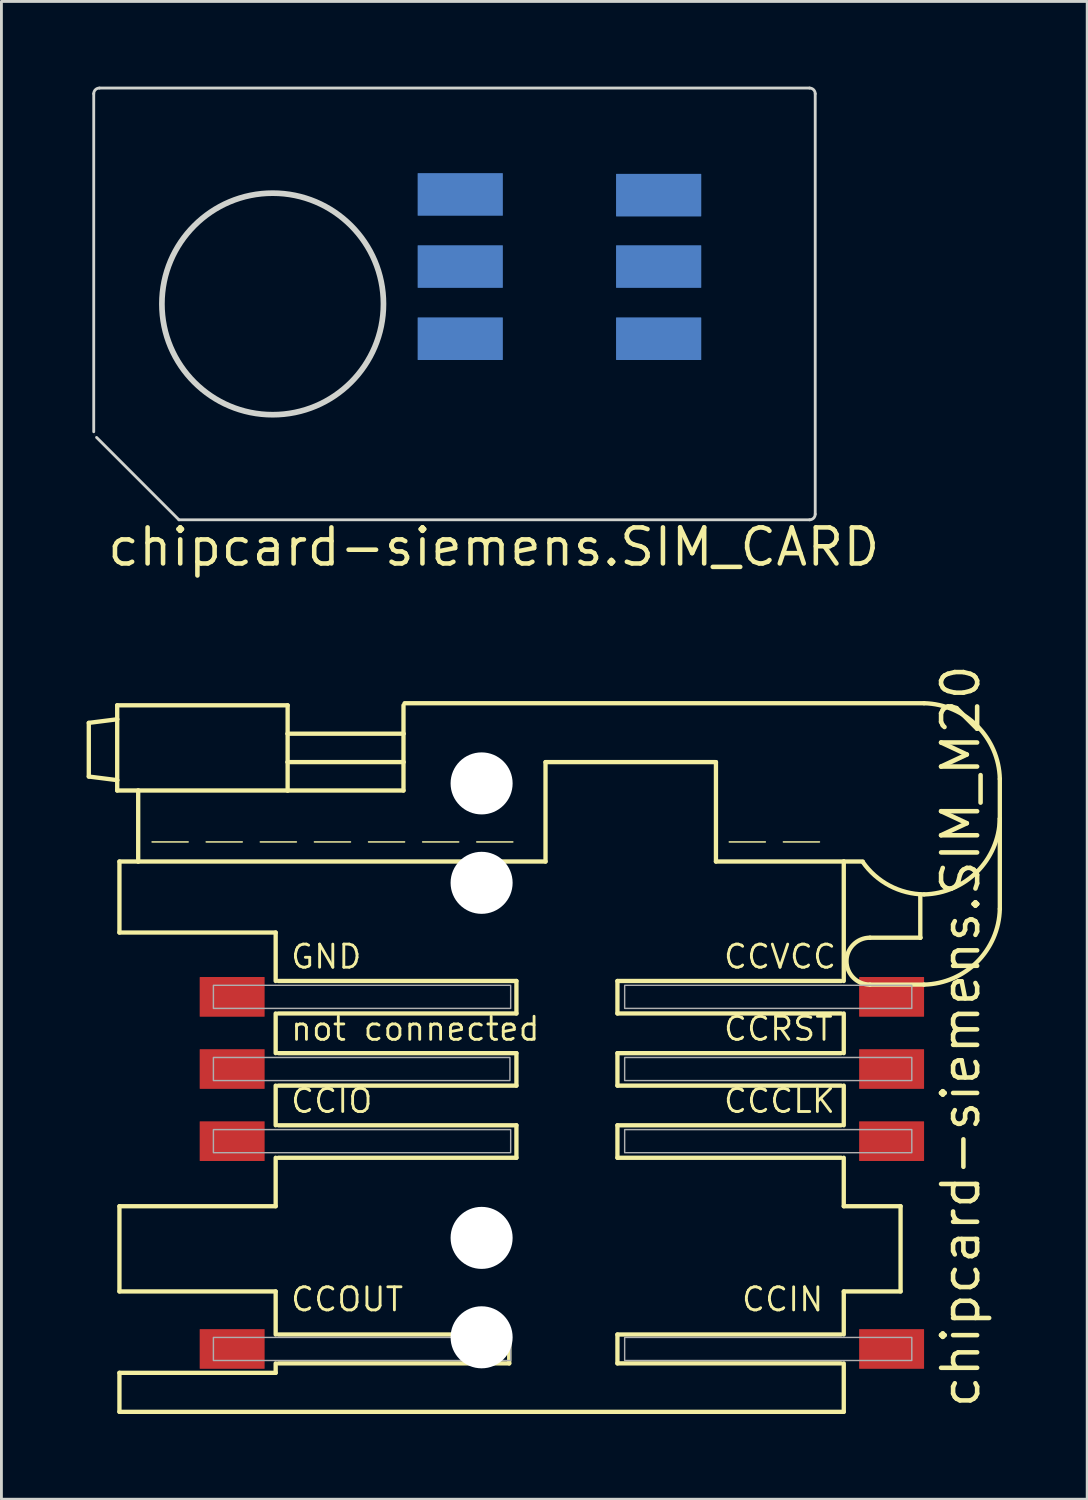
<source format=kicad_pcb>
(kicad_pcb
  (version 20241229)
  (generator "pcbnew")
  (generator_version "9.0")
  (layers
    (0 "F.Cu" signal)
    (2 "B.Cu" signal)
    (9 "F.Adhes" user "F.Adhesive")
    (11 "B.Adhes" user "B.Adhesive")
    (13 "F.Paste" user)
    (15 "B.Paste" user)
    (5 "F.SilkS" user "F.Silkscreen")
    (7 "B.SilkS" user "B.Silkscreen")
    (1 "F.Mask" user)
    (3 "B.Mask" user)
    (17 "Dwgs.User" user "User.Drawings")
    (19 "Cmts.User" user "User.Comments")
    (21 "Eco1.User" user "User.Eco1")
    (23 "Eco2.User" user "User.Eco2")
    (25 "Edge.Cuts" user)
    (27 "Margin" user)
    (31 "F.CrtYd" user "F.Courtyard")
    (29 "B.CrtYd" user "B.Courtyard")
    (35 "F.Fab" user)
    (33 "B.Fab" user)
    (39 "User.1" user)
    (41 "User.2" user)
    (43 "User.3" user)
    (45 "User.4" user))
  (footprint "chipcard-siemens.SIM_M20"
    (layer "F.Cu")
    (at 16.909 34.28)
    (property "Reference" "chipcard-siemens.SIM_M20" (at 14.605 12.319 90) (layer "F.SilkS") (effects (font (size 1.27 1.27) (thickness 0.16)) (justify left bottom)))
    (attr smd)
    (fp_line (start -16.833 -11.881) (end -16.833 -9.992) (stroke (width 0.152) (type default)) (layer "F.SilkS"))
    (fp_line (start -16.833 -9.992) (end -15.833 -9.865) (stroke (width 0.152) (type default)) (layer "F.SilkS"))
    (fp_line (start -15.833 -12.5) (end -15.833 -12.008) (stroke (width 0.152) (type default)) (layer "F.SilkS"))
    (fp_line (start -15.833 -12.008) (end -16.833 -11.881) (stroke (width 0.152) (type default)) (layer "F.SilkS"))
    (fp_line (start -15.833 -12.008) (end -15.833 -9.865) (stroke (width 0.152) (type default)) (layer "F.SilkS"))
    (fp_line (start -15.833 -9.865) (end -15.833 -9.5) (stroke (width 0.152) (type default)) (layer "F.SilkS"))
    (fp_line (start -15.833 -9.5) (end -15.094 -9.5) (stroke (width 0.152) (type default)) (layer "F.SilkS"))
    (fp_line (start -15.754 -7) (end -15.754 -4.5) (stroke (width 0.152) (type default)) (layer "F.SilkS"))
    (fp_line (start -15.754 -7) (end -15.094 -7) (stroke (width 0.152) (type default)) (layer "F.SilkS"))
    (fp_line (start -15.754 5.135) (end -15.754 8.135) (stroke (width 0.152) (type default)) (layer "F.SilkS"))
    (fp_line (start -15.754 11) (end -15.754 12.373) (stroke (width 0.152) (type default)) (layer "F.SilkS"))
    (fp_line (start -15.094 -9.5) (end -15.094 -7) (stroke (width 0.152) (type default)) (layer "F.SilkS"))
    (fp_line (start -15.094 -9.5) (end -9.833 -9.5) (stroke (width 0.152) (type default)) (layer "F.SilkS"))
    (fp_line (start -15.094 -7) (end -0.754 -7) (stroke (width 0.152) (type default)) (layer "F.SilkS"))
    (fp_line (start -14.605 -7.69) (end -13.335 -7.69) (stroke (width 0.051) (type default)) (layer "F.SilkS"))
    (fp_line (start -12.7 -7.69) (end -11.43 -7.69) (stroke (width 0.051) (type default)) (layer "F.SilkS"))
    (fp_line (start -10.795 -7.69) (end -9.525 -7.69) (stroke (width 0.051) (type default)) (layer "F.SilkS"))
    (fp_line (start -10.254 -4.5) (end -15.754 -4.5) (stroke (width 0.152) (type default)) (layer "F.SilkS"))
    (fp_line (start -10.254 -4.5) (end -10.254 -2.794) (stroke (width 0.152) (type default)) (layer "F.SilkS"))
    (fp_line (start -10.254 -1.651) (end -10.254 -0.254) (stroke (width 0.152) (type default)) (layer "F.SilkS"))
    (fp_line (start -10.254 0.889) (end -10.254 2.286) (stroke (width 0.152) (type default)) (layer "F.SilkS"))
    (fp_line (start -10.254 3.429) (end -10.254 5.135) (stroke (width 0.152) (type default)) (layer "F.SilkS"))
    (fp_line (start -10.254 5.135) (end -15.754 5.135) (stroke (width 0.152) (type default)) (layer "F.SilkS"))
    (fp_line (start -10.254 8.135) (end -15.754 8.135) (stroke (width 0.152) (type default)) (layer "F.SilkS"))
    (fp_line (start -10.254 8.135) (end -10.254 9.652) (stroke (width 0.152) (type default)) (layer "F.SilkS"))
    (fp_line (start -10.254 10.668) (end -10.254 11) (stroke (width 0.152) (type default)) (layer "F.SilkS"))
    (fp_line (start -10.254 11) (end -15.754 11) (stroke (width 0.152) (type default)) (layer "F.SilkS"))
    (fp_line (start -10.16 -2.794) (end -1.778 -2.794) (stroke (width 0.152) (type default)) (layer "F.SilkS"))
    (fp_line (start -10.16 -0.254) (end -1.778 -0.254) (stroke (width 0.152) (type default)) (layer "F.SilkS"))
    (fp_line (start -10.16 2.286) (end -1.778 2.286) (stroke (width 0.152) (type default)) (layer "F.SilkS"))
    (fp_line (start -10.16 9.652) (end -2.032 9.652) (stroke (width 0.152) (type default)) (layer "F.SilkS"))
    (fp_line (start -10.16 10.668) (end -2.032 10.668) (stroke (width 0.152) (type default)) (layer "F.SilkS"))
    (fp_line (start -9.833 -12.5) (end -15.833 -12.5) (stroke (width 0.152) (type default)) (layer "F.SilkS"))
    (fp_line (start -9.833 -11.5) (end -9.833 -12.5) (stroke (width 0.152) (type default)) (layer "F.SilkS"))
    (fp_line (start -9.833 -11.5) (end -9.833 -10.5) (stroke (width 0.152) (type default)) (layer "F.SilkS"))
    (fp_line (start -9.833 -10.5) (end -5.754 -10.5) (stroke (width 0.152) (type default)) (layer "F.SilkS"))
    (fp_line (start -9.833 -9.5) (end -9.833 -10.5) (stroke (width 0.152) (type default)) (layer "F.SilkS"))
    (fp_line (start -9.833 -9.5) (end -5.754 -9.5) (stroke (width 0.152) (type default)) (layer "F.SilkS"))
    (fp_line (start -8.89 -7.69) (end -7.62 -7.69) (stroke (width 0.051) (type default)) (layer "F.SilkS"))
    (fp_line (start -6.985 -7.69) (end -5.715 -7.69) (stroke (width 0.051) (type default)) (layer "F.SilkS"))
    (fp_line (start -5.754 -11.5) (end -9.833 -11.5) (stroke (width 0.152) (type default)) (layer "F.SilkS"))
    (fp_line (start -5.754 -11.5) (end -5.754 -12.5) (stroke (width 0.152) (type default)) (layer "F.SilkS"))
    (fp_line (start -5.754 -10.5) (end -5.754 -11.5) (stroke (width 0.152) (type default)) (layer "F.SilkS"))
    (fp_line (start -5.754 -9.5) (end -5.754 -10.5) (stroke (width 0.152) (type default)) (layer "F.SilkS"))
    (fp_line (start -5.08 -7.69) (end -3.81 -7.69) (stroke (width 0.051) (type default)) (layer "F.SilkS"))
    (fp_line (start -3.175 -7.69) (end -1.905 -7.69) (stroke (width 0.051) (type default)) (layer "F.SilkS"))
    (fp_line (start -2.032 9.652) (end -2.032 10.668) (stroke (width 0.152) (type default)) (layer "F.SilkS"))
    (fp_line (start -1.778 -2.794) (end -1.778 -1.651) (stroke (width 0.152) (type default)) (layer "F.SilkS"))
    (fp_line (start -1.778 -1.651) (end -10.16 -1.651) (stroke (width 0.152) (type default)) (layer "F.SilkS"))
    (fp_line (start -1.778 -0.254) (end -1.778 0.889) (stroke (width 0.152) (type default)) (layer "F.SilkS"))
    (fp_line (start -1.778 0.889) (end -10.16 0.889) (stroke (width 0.152) (type default)) (layer "F.SilkS"))
    (fp_line (start -1.778 2.286) (end -1.778 3.429) (stroke (width 0.152) (type default)) (layer "F.SilkS"))
    (fp_line (start -1.778 3.429) (end -10.16 3.429) (stroke (width 0.152) (type default)) (layer "F.SilkS"))
    (fp_line (start -0.754 -10.5) (end 5.246 -10.5) (stroke (width 0.152) (type default)) (layer "F.SilkS"))
    (fp_line (start -0.754 -7) (end -0.754 -10.5) (stroke (width 0.152) (type default)) (layer "F.SilkS"))
    (fp_line (start 1.778 -2.794) (end 1.778 -1.651) (stroke (width 0.152) (type default)) (layer "F.SilkS"))
    (fp_line (start 1.778 -2.794) (end 9.652 -2.794) (stroke (width 0.152) (type default)) (layer "F.SilkS"))
    (fp_line (start 1.778 -1.651) (end 9.652 -1.651) (stroke (width 0.152) (type default)) (layer "F.SilkS"))
    (fp_line (start 1.778 -0.254) (end 1.778 0.889) (stroke (width 0.152) (type default)) (layer "F.SilkS"))
    (fp_line (start 1.778 -0.254) (end 9.652 -0.254) (stroke (width 0.152) (type default)) (layer "F.SilkS"))
    (fp_line (start 1.778 0.889) (end 9.652 0.889) (stroke (width 0.152) (type default)) (layer "F.SilkS"))
    (fp_line (start 1.778 2.286) (end 1.778 3.429) (stroke (width 0.152) (type default)) (layer "F.SilkS"))
    (fp_line (start 1.778 2.286) (end 9.652 2.286) (stroke (width 0.152) (type default)) (layer "F.SilkS"))
    (fp_line (start 1.778 3.429) (end 9.652 3.429) (stroke (width 0.152) (type default)) (layer "F.SilkS"))
    (fp_line (start 1.778 9.652) (end 1.778 10.668) (stroke (width 0.152) (type default)) (layer "F.SilkS"))
    (fp_line (start 1.778 9.652) (end 9.652 9.652) (stroke (width 0.152) (type default)) (layer "F.SilkS"))
    (fp_line (start 1.778 10.668) (end 9.652 10.668) (stroke (width 0.152) (type default)) (layer "F.SilkS"))
    (fp_line (start 5.246 -10.5) (end 5.246 -7) (stroke (width 0.152) (type default)) (layer "F.SilkS"))
    (fp_line (start 5.246 -7) (end 9.746 -7) (stroke (width 0.152) (type default)) (layer "F.SilkS"))
    (fp_line (start 5.715 -7.69) (end 6.985 -7.69) (stroke (width 0.051) (type default)) (layer "F.SilkS"))
    (fp_line (start 7.62 -7.69) (end 8.89 -7.69) (stroke (width 0.051) (type default)) (layer "F.SilkS"))
    (fp_line (start 9.746 -7) (end 10.414 -7) (stroke (width 0.152) (type default)) (layer "F.SilkS"))
    (fp_line (start 9.746 -2.794) (end 9.746 -7) (stroke (width 0.152) (type default)) (layer "F.SilkS"))
    (fp_line (start 9.746 -0.254) (end 9.746 -1.651) (stroke (width 0.152) (type default)) (layer "F.SilkS"))
    (fp_line (start 9.746 2.286) (end 9.746 0.889) (stroke (width 0.152) (type default)) (layer "F.SilkS"))
    (fp_line (start 9.746 5.135) (end 9.746 3.429) (stroke (width 0.152) (type default)) (layer "F.SilkS"))
    (fp_line (start 9.746 5.135) (end 11.746 5.135) (stroke (width 0.152) (type default)) (layer "F.SilkS"))
    (fp_line (start 9.746 8.135) (end 9.746 9.652) (stroke (width 0.152) (type default)) (layer "F.SilkS"))
    (fp_line (start 9.746 10.668) (end 9.746 12.373) (stroke (width 0.152) (type default)) (layer "F.SilkS"))
    (fp_line (start 9.746 12.373) (end -15.754 12.373) (stroke (width 0.152) (type default)) (layer "F.SilkS"))
    (fp_line (start 10.668 -4.318) (end 12.44 -4.318) (stroke (width 0.152) (type default)) (layer "F.SilkS"))
    (fp_line (start 10.668 -2.667) (end 12.573 -2.667) (stroke (width 0.152) (type default)) (layer "F.SilkS"))
    (fp_line (start 11.746 5.135) (end 11.746 8.135) (stroke (width 0.152) (type default)) (layer "F.SilkS"))
    (fp_line (start 11.746 8.135) (end 9.746 8.135) (stroke (width 0.152) (type default)) (layer "F.SilkS"))
    (fp_line (start 12.44 -4.318) (end 12.44 -5.842) (stroke (width 0.152) (type default)) (layer "F.SilkS"))
    (fp_line (start 12.44 -4.318) (end 12.446 -4.318) (stroke (width 0.152) (type default)) (layer "F.SilkS"))
    (fp_line (start 12.573 -12.573) (end -5.715 -12.573) (stroke (width 0.152) (type default)) (layer "F.SilkS"))
    (fp_line (start 15.24 -8.509) (end 15.24 -9.906) (stroke (width 0.152) (type default)) (layer "F.SilkS"))
    (fp_line (start 15.24 -5.334) (end 15.24 -8.509) (stroke (width 0.152) (type default)) (layer "F.SilkS"))
    (fp_arc (start 10.668 -2.667) (mid 9.8425 -3.4925) (end 10.668 -4.318) (stroke (width 0.1524) (type default)) (layer "F.SilkS"))
    (fp_arc (start 12.573 -12.573) (mid 14.440777 -11.773777) (end 15.24 -9.906) (stroke (width 0.1524) (type default)) (layer "F.SilkS"))
    (fp_arc (start 12.573 -5.8421) (mid 11.354957 -6.151834) (end 10.414 -6.985) (stroke (width 0.1524) (type default)) (layer "F.SilkS"))
    (fp_arc (start 15.24 -8.509) (mid 14.440777 -6.641223) (end 12.573 -5.842) (stroke (width 0.1524) (type default)) (layer "F.SilkS"))
    (fp_arc (start 15.24 -5.334) (mid 14.440777 -3.466223) (end 12.573 -2.667) (stroke (width 0.1524) (type default)) (layer "F.SilkS"))
    (fp_rect (start -12.446 -1.829) (end -1.981 -2.642) (stroke (width 0.05) (type default)) (fill no) (layer "F.Fab"))
    (fp_rect (start -12.446 0.711) (end -2.007 -0.102) (stroke (width 0.05) (type default)) (fill no) (layer "F.Fab"))
    (fp_rect (start -12.446 3.251) (end -1.981 2.438) (stroke (width 0.05) (type default)) (fill no) (layer "F.Fab"))
    (fp_rect (start -12.446 10.566) (end -1.981 9.754) (stroke (width 0.05) (type default)) (fill no) (layer "F.Fab"))
    (fp_rect (start 2.032 -1.829) (end 12.141 -2.642) (stroke (width 0.05) (type default)) (fill no) (layer "F.Fab"))
    (fp_rect (start 2.032 0.711) (end 12.141 -0.102) (stroke (width 0.05) (type default)) (fill no) (layer "F.Fab"))
    (fp_rect (start 2.032 3.251) (end 12.141 2.438) (stroke (width 0.05) (type default)) (fill no) (layer "F.Fab"))
    (fp_rect (start 2.032 10.566) (end 12.141 9.754) (stroke (width 0.05) (type default)) (fill no) (layer "F.Fab"))
    (fp_text user "CCCLK" (at 5.461 1.905 0) (layer "F.SilkS") (effects (font (size 0.813 0.813) (thickness 0.1)) (justify left bottom)))
    (fp_text user "CCIN" (at 6.096 8.89 0) (layer "F.SilkS") (effects (font (size 0.813 0.813) (thickness 0.1)) (justify left bottom)))
    (fp_text user "not connected" (at -9.779 -0.635 0) (layer "F.SilkS") (effects (font (size 0.813 0.813) (thickness 0.1)) (justify left bottom)))
    (fp_text user "CCVCC" (at 5.461 -3.175 0) (layer "F.SilkS") (effects (font (size 0.813 0.813) (thickness 0.1)) (justify left bottom)))
    (fp_text user "CCOUT" (at -9.779 8.89 0) (layer "F.SilkS") (effects (font (size 0.813 0.813) (thickness 0.1)) (justify left bottom)))
    (fp_text user "CCRST" (at 5.461 -0.635 0) (layer "F.SilkS") (effects (font (size 0.813 0.813) (thickness 0.1)) (justify left bottom)))
    (fp_text user "CCIO" (at -9.779 1.905 0) (layer "F.SilkS") (effects (font (size 0.813 0.813) (thickness 0.1)) (justify left bottom)))
    (fp_text user "GND" (at -9.779 -3.175 0) (layer "F.SilkS") (effects (font (size 0.813 0.813) (thickness 0.1)) (justify left bottom)))
    (pad "" np_thru_hole circle (at -3.004 -9.75) (size 2.184 2.184) (drill 2.184) (layers "*.Cu" "*.Mask"))
    (pad "" np_thru_hole circle (at -3.004 -6.25) (size 2.184 2.184) (drill 2.184) (layers "*.Cu" "*.Mask"))
    (pad "" np_thru_hole circle (at -3.004 6.25) (size 2.184 2.184) (drill 2.184) (layers "*.Cu" "*.Mask"))
    (pad "" np_thru_hole circle (at -3.004 9.75) (size 2.184 2.184) (drill 2.184) (layers "*.Cu" "*.Mask"))
    (pad "C1" smd roundrect (at 11.43 -2.235) (size 2.286 1.397) (layers "F.Cu" "F.Mask" "F.Paste") (roundrect_rratio 0.01))
    (pad "C2" smd roundrect (at 11.43 0.305) (size 2.286 1.397) (layers "F.Cu" "F.Mask" "F.Paste") (roundrect_rratio 0.01))
    (pad "C3" smd roundrect (at 11.43 2.845) (size 2.286 1.397) (layers "F.Cu" "F.Mask" "F.Paste") (roundrect_rratio 0.01))
    (pad "C4" smd roundrect (at 11.43 10.16) (size 2.286 1.397) (layers "F.Cu" "F.Mask" "F.Paste") (roundrect_rratio 0.01))
    (pad "C5" smd roundrect (at -11.786 -2.235) (size 2.286 1.397) (layers "F.Cu" "F.Mask" "F.Paste") (roundrect_rratio 0.01))
    (pad "C6" smd roundrect (at -11.786 0.305) (size 2.286 1.397) (layers "F.Cu" "F.Mask" "F.Paste") (roundrect_rratio 0.01))
    (pad "C7" smd roundrect (at -11.786 2.845) (size 2.286 1.397) (layers "F.Cu" "F.Mask" "F.Paste") (roundrect_rratio 0.01))
    (pad "C8" smd roundrect (at -11.786 10.16) (size 2.286 1.397) (layers "F.Cu" "F.Mask" "F.Paste") (roundrect_rratio 0.01)))
  (footprint "chipcard-siemens.SIM_CARD"
    (layer "B.Cu")
    (at 0.25 15.25)
    (property "Reference" "chipcard-siemens.SIM_CARD" (at 0.4 1.7 0) (layer "F.SilkS") (effects (font (size 1.27 1.27) (thickness 0.16)) (justify left bottom)))
    (attr smd)
    (fp_line (start 0 -15) (end 0 -3.1) (stroke (width 0.1) (type default)) (layer "Edge.Cuts"))
    (fp_line (start 3 0) (end 0.1 -2.9) (stroke (width 0.1) (type default)) (layer "Edge.Cuts"))
    (fp_line (start 25.2 -15.2) (end 0.2 -15.2) (stroke (width 0.1) (type default)) (layer "Edge.Cuts"))
    (fp_line (start 25.2 0) (end 3 0) (stroke (width 0.1) (type default)) (layer "Edge.Cuts"))
    (fp_line (start 25.4 -15) (end 25.4 -0.2) (stroke (width 0.1) (type default)) (layer "Edge.Cuts"))
    (fp_arc (start 0 -15) (mid 0.058549 -15.141351) (end 0.1999 -15.1999) (stroke (width 0.1) (type default)) (layer "Edge.Cuts"))
    (fp_arc (start 0.1001 -2.8999) (mid 0.026393 -2.988172) (end 0 -3.1001) (stroke (width 0.0024) (type default)) (layer "Edge.Cuts"))
    (fp_arc (start 25.2001 -15.2001) (mid 25.341463 -15.141421) (end 25.4 -15) (stroke (width 0.1) (type default)) (layer "Edge.Cuts"))
    (fp_arc (start 25.3996 -0.1999) (mid 25.341251 -0.058632) (end 25.2001 0) (stroke (width 0.1) (type default)) (layer "Edge.Cuts"))
    (fp_circle (center 6.3 -7.6) (end 10.2 -7.6) (stroke (width 0.2) (type default)) (fill no) (layer "Edge.Cuts"))
    (pad "1" smd roundrect (at 19.888 -11.43) (size 3 1.5) (layers "B.Cu" "B.Mask" "B.Paste") (roundrect_rratio 0.01))
    (pad "2" smd roundrect (at 19.888 -8.915) (size 3 1.5) (layers "B.Cu" "B.Mask" "B.Paste") (roundrect_rratio 0.01))
    (pad "3" smd roundrect (at 19.888 -6.375) (size 3 1.5) (layers "B.Cu" "B.Mask" "B.Paste") (roundrect_rratio 0.01))
    (pad "4" smd roundrect (at 12.903 -11.455) (size 3 1.5) (layers "B.Cu" "B.Mask" "B.Paste") (roundrect_rratio 0.01))
    (pad "5" smd roundrect (at 12.903 -8.915) (size 3 1.5) (layers "B.Cu" "B.Mask" "B.Paste") (roundrect_rratio 0.01))
    (pad "6" smd roundrect (at 12.903 -6.375) (size 3 1.5) (layers "B.Cu" "B.Mask" "B.Paste") (roundrect_rratio 0.01)))
  (gr_rect
    (start -3 -3)
    (end 35.225 49.73)
    (stroke (width 0.1) (type default))
    (fill no)
    (layer "Edge.Cuts")))
</source>
